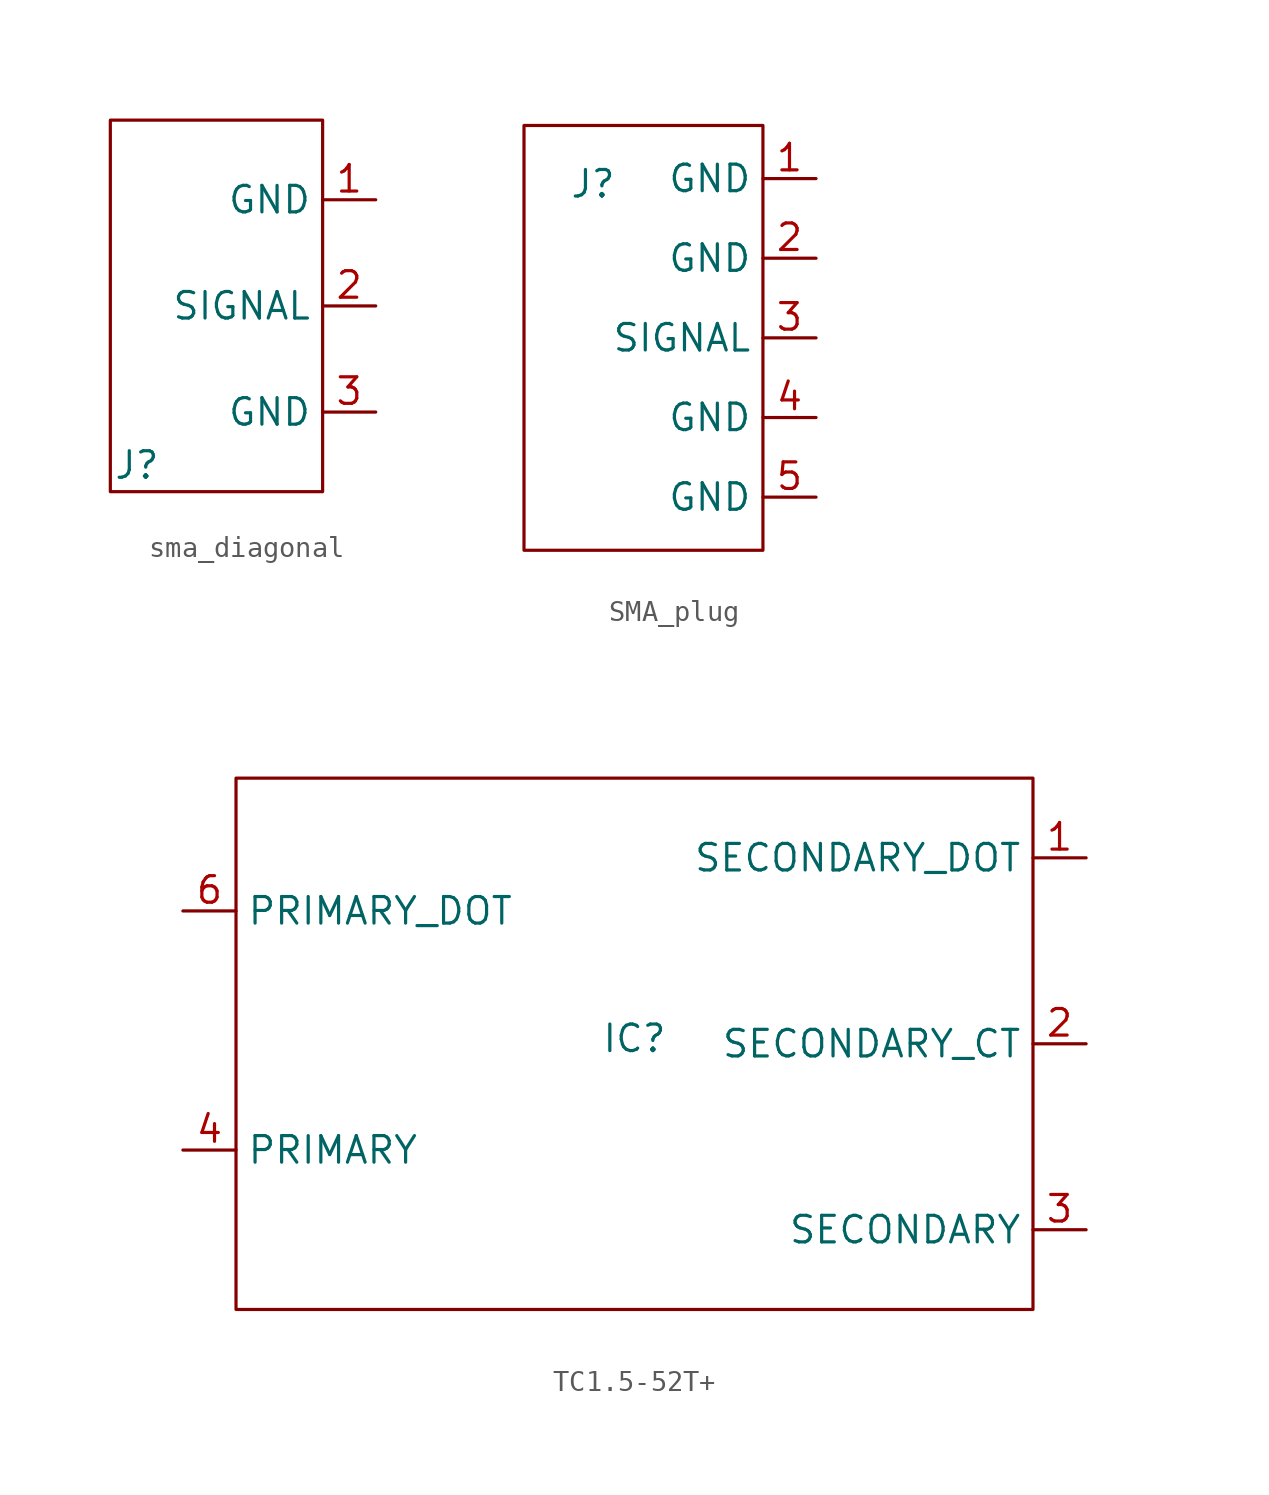
<source format=kicad_sym>
(kicad_symbol_lib
  (version 20231120)
  (generator "kicad_symbol_editor")
  (generator_version "8.0")
  (symbol "sma_diagonal"
    (property "Reference" "J"
      (at -3.81 -7.62 0)
      (effects (font (size 1.27 1.27))))
    (property "Value" ""
      (at -3.81 -7.62 0)
      (effects (font (size 1.27 1.27))))
    (symbol "sma_diagonal_0_1"
      (rectangle (start -5.08 8.89) (end 5.08 -8.89) (stroke (width 0) (type default)) (fill (type none))))
    (symbol "sma_diagonal_1_1"
      (pin bidirectional line (at 7.62 5.08 180) (length 2.54) (name "GND" (effects (font (size 1.27 1.27)))) (number "1" (effects (font (size 1.27 1.27)))))
      (pin bidirectional line (at 7.62 0 180) (length 2.54) (name "SIGNAL" (effects (font (size 1.27 1.27)))) (number "2" (effects (font (size 1.27 1.27)))))
      (pin bidirectional line (at 7.62 -5.08 180) (length 2.54) (name "GND" (effects (font (size 1.27 1.27)))) (number "3" (effects (font (size 1.27 1.27)))))))
  (symbol "SMA_plug"
    (property "Reference" "J"
      (at -3.048 7.366 0)
      (effects (font (size 1.27 1.27))))
    (property "Value" ""
      (at 0 0 0)
      (effects (font (size 1.27 1.27))))
    (symbol "SMA_plug_0_1"
      (rectangle (start -6.35 10.16) (end 5.08 -10.16) (stroke (width 0) (type default)) (fill (type none))))
    (symbol "SMA_plug_1_1"
      (pin bidirectional line (at 7.62 7.62 180) (length 2.54) (name "GND" (effects (font (size 1.27 1.27)))) (number "1" (effects (font (size 1.27 1.27)))))
      (pin bidirectional line (at 7.62 3.81 180) (length 2.54) (name "GND" (effects (font (size 1.27 1.27)))) (number "2" (effects (font (size 1.27 1.27)))))
      (pin bidirectional line (at 7.62 0 180) (length 2.54) (name "SIGNAL" (effects (font (size 1.27 1.27)))) (number "3" (effects (font (size 1.27 1.27)))))
      (pin bidirectional line (at 7.62 -3.81 180) (length 2.54) (name "GND" (effects (font (size 1.27 1.27)))) (number "4" (effects (font (size 1.27 1.27)))))
      (pin bidirectional line (at 7.62 -7.62 180) (length 2.54) (name "GND" (effects (font (size 1.27 1.27)))) (number "5" (effects (font (size 1.27 1.27)))))))
  (symbol "TC1.5-52T+"
    (property "Reference" "IC"
      (at 0 0.254 0)
      (effects (font (size 1.27 1.27))))
    (property "Value" ""
      (at 0 0 0)
      (effects (font (size 1.27 1.27))))
    (symbol "TC1.5-52T+_1_1"
      (rectangle (start -19.05 12.7) (end 19.05 -12.7) (stroke (width 0) (type default)) (fill (type none)))
      (pin bidirectional line (at 21.59 8.89 180) (length 2.54) (name "SECONDARY_DOT" (effects (font (size 1.27 1.27)))) (number "1" (effects (font (size 1.27 1.27)))))
      (pin bidirectional line (at 21.59 0 180) (length 2.54) (name "SECONDARY_CT" (effects (font (size 1.27 1.27)))) (number "2" (effects (font (size 1.27 1.27)))))
      (pin bidirectional line (at 21.59 -8.89 180) (length 2.54) (name "SECONDARY" (effects (font (size 1.27 1.27)))) (number "3" (effects (font (size 1.27 1.27)))))
      (pin bidirectional line (at -21.59 -5.08 0) (length 2.54) (name "PRIMARY" (effects (font (size 1.27 1.27)))) (number "4" (effects (font (size 1.27 1.27)))))
      (pin bidirectional line (at -21.59 6.35 0) (length 2.54) (name "PRIMARY_DOT" (effects (font (size 1.27 1.27)))) (number "6" (effects (font (size 1.27 1.27))))))))
</source>
